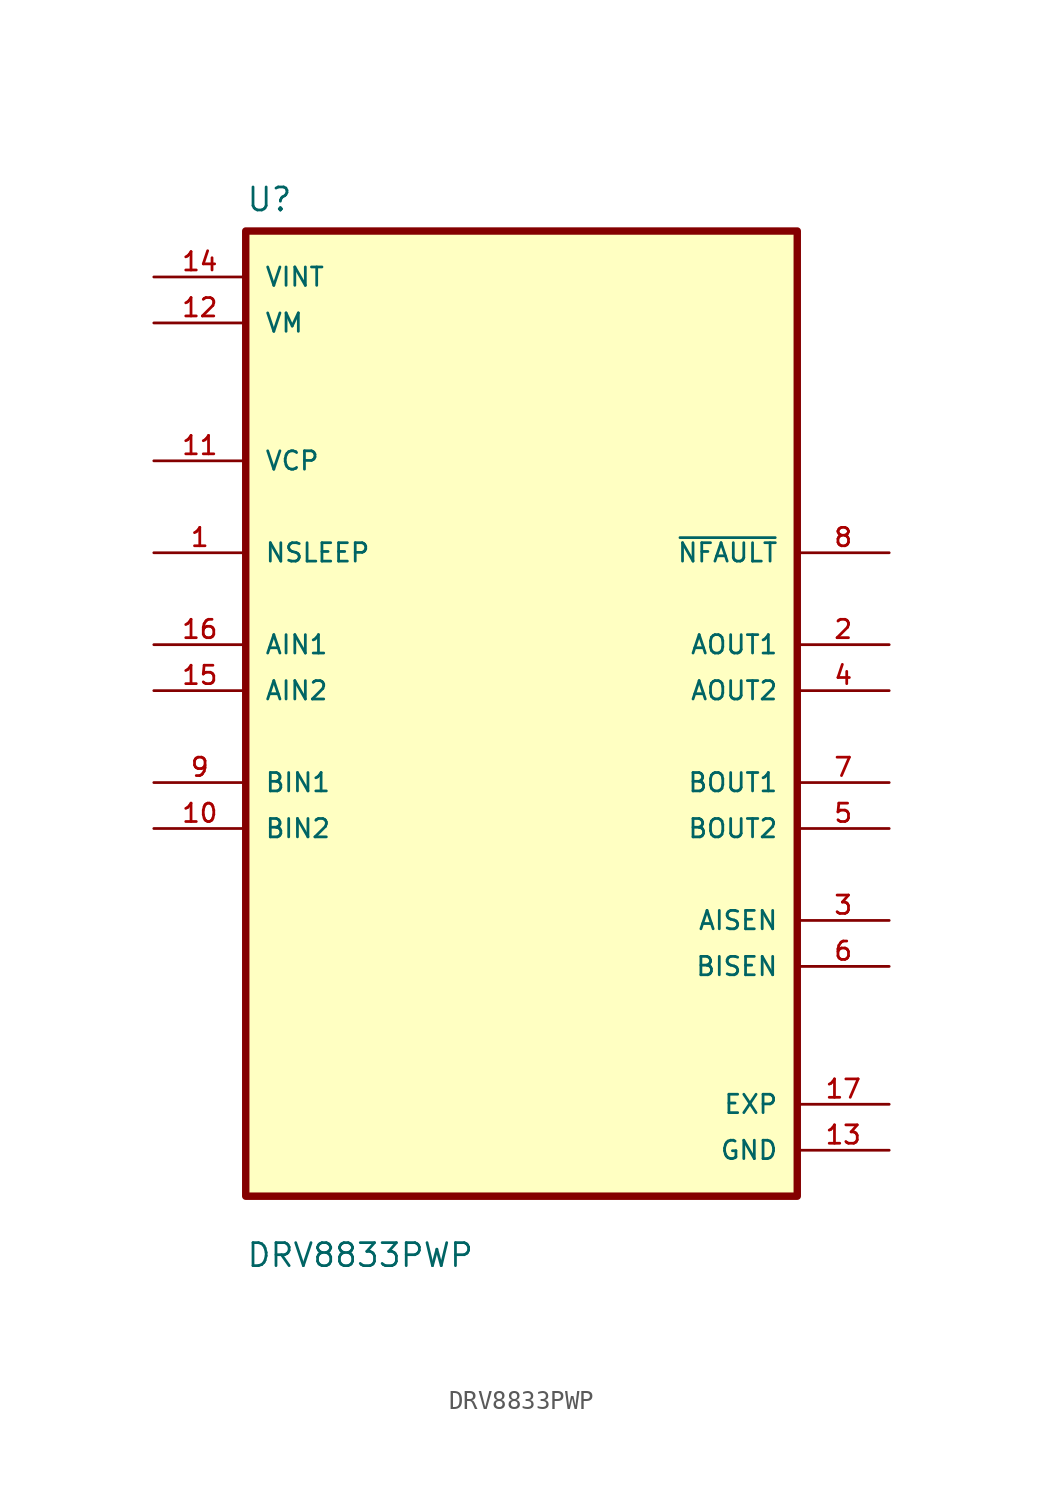
<source format=kicad_sym>
(kicad_symbol_lib
  (version 20211014)
  (generator kicad_symbol_editor)
  (symbol "DRV8833PWP"
    (pin_names
      (offset 1.016))
    (property "Reference" "U"
      (at -15.24 28.94 0.0)
      (effects (font (size 1.27 1.27)) (justify bottom left)))
    (property "Value" "DRV8833PWP"
      (at -15.24 -29.4 0.0)
      (effects (font (size 1.27 1.27)) (justify bottom left)))
    (symbol "DRV8833PWP_0_0"
      (rectangle (start -15.24 -25.4) (end 15.24 27.94) (stroke (width 0.41)) (fill (type background)))
      (pin bidirectional line (at 20.32 -10.16 180.0) (length 5.08) (name "AISEN" (effects (font (size 1.016 1.016)))) (number "3" (effects (font (size 1.016 1.016)))))
      (pin bidirectional line (at 20.32 -12.7 180.0) (length 5.08) (name "BISEN" (effects (font (size 1.016 1.016)))) (number "6" (effects (font (size 1.016 1.016)))))
      (pin output line (at 20.32 5.08 180.0) (length 5.08) (name "AOUT1" (effects (font (size 1.016 1.016)))) (number "2" (effects (font (size 1.016 1.016)))))
      (pin output line (at 20.32 2.54 180.0) (length 5.08) (name "AOUT2" (effects (font (size 1.016 1.016)))) (number "4" (effects (font (size 1.016 1.016)))))
      (pin output line (at 20.32 -2.54 180.0) (length 5.08) (name "BOUT1" (effects (font (size 1.016 1.016)))) (number "7" (effects (font (size 1.016 1.016)))))
      (pin output line (at 20.32 -5.08 180.0) (length 5.08) (name "BOUT2" (effects (font (size 1.016 1.016)))) (number "5" (effects (font (size 1.016 1.016)))))
      (pin input line (at -20.32 10.16 0) (length 5.08) (name "NSLEEP" (effects (font (size 1.016 1.016)))) (number "1" (effects (font (size 1.016 1.016)))))
      (pin power_in line (at -20.32 25.4 0) (length 5.08) (name "VINT" (effects (font (size 1.016 1.016)))) (number "14" (effects (font (size 1.016 1.016)))))
      (pin power_in line (at -20.32 22.86 0) (length 5.08) (name "VM" (effects (font (size 1.016 1.016)))) (number "12" (effects (font (size 1.016 1.016)))))
      (pin bidirectional line (at -20.32 15.24 0) (length 5.08) (name "VCP" (effects (font (size 1.016 1.016)))) (number "11" (effects (font (size 1.016 1.016)))))
      (pin input line (at -20.32 5.08 0) (length 5.08) (name "AIN1" (effects (font (size 1.016 1.016)))) (number "16" (effects (font (size 1.016 1.016)))))
      (pin input line (at -20.32 2.54 0) (length 5.08) (name "AIN2" (effects (font (size 1.016 1.016)))) (number "15" (effects (font (size 1.016 1.016)))))
      (pin input line (at -20.32 -2.54 0) (length 5.08) (name "BIN1" (effects (font (size 1.016 1.016)))) (number "9" (effects (font (size 1.016 1.016)))))
      (pin input line (at -20.32 -5.08 0) (length 5.08) (name "BIN2" (effects (font (size 1.016 1.016)))) (number "10" (effects (font (size 1.016 1.016)))))
      (pin output line (at 20.32 10.16 180.0) (length 5.08) (name "~{NFAULT}" (effects (font (size 1.016 1.016)))) (number "8" (effects (font (size 1.016 1.016)))))
      (pin passive line (at 20.32 -20.32 180.0) (length 5.08) (name "EXP" (effects (font (size 1.016 1.016)))) (number "17" (effects (font (size 1.016 1.016)))))
      (pin power_in line (at 20.32 -22.86 180.0) (length 5.08) (name "GND" (effects (font (size 1.016 1.016)))) (number "13" (effects (font (size 1.016 1.016))))))))
</source>
